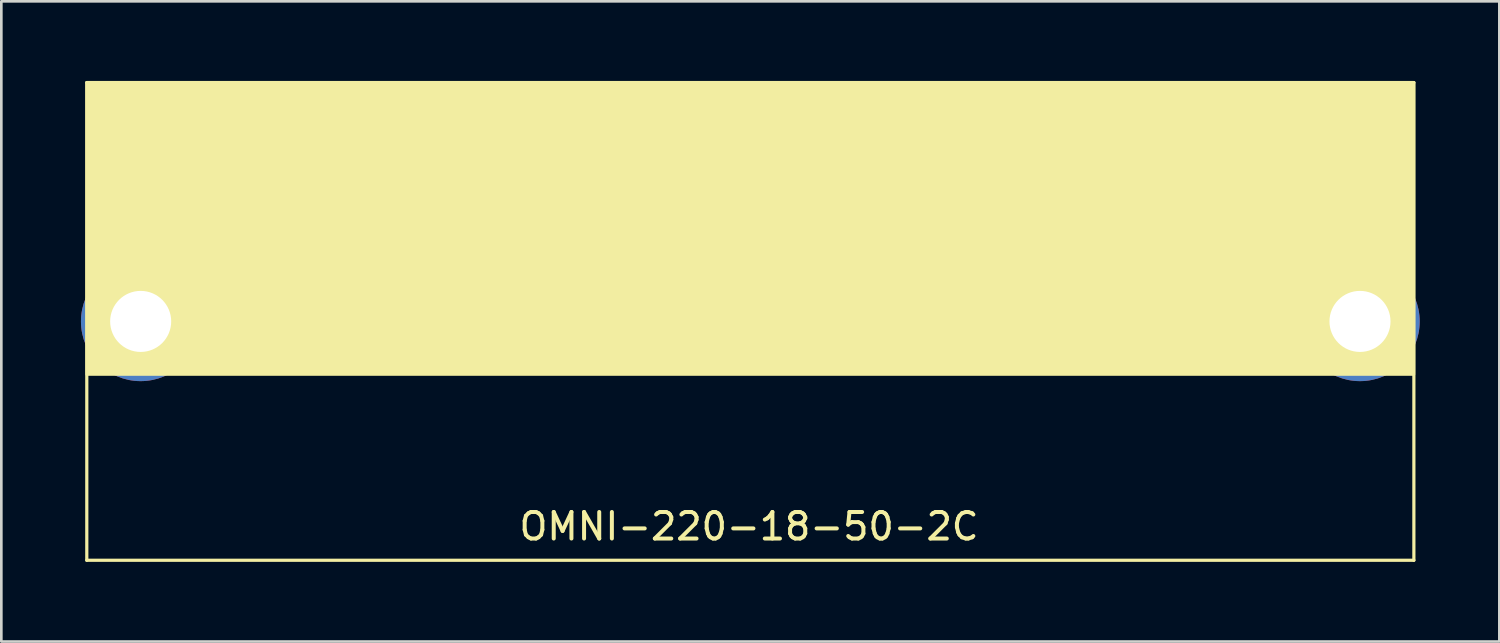
<source format=kicad_pcb>
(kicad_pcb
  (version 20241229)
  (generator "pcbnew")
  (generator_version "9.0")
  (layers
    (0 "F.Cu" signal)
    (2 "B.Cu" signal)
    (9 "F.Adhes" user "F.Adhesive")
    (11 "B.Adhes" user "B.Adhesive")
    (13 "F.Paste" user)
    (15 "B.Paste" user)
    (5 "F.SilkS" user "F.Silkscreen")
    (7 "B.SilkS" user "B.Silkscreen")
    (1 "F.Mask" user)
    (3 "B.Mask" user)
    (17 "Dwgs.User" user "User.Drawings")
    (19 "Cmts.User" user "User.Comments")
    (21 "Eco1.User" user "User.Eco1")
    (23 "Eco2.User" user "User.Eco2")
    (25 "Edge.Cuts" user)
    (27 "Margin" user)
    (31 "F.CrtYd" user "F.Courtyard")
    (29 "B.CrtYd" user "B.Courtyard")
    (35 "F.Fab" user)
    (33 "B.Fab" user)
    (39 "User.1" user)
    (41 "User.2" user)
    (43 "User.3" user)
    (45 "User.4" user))
  (footprint "OMNI-220-18-50-2C"
    (layer "F.Cu")
    (at 25.22 9.06)
    (property "Reference" "OMNI-220-18-50-2C" (at -0.05 7.725 0) (unlocked yes) (layer "F.SilkS") (effects (font (size 1 1) (thickness 0.15))))
    (attr through_hole)
    (fp_line (start -25 -9) (end 25 -9) (stroke (width 0.12) (type solid)) (layer "F.SilkS"))
    (fp_line (start -25 9) (end -25 -9) (stroke (width 0.12) (type solid)) (layer "F.SilkS"))
    (fp_line (start 25 -9) (end 25 9) (stroke (width 0.12) (type solid)) (layer "F.SilkS"))
    (fp_line (start 25 9) (end -25 9) (stroke (width 0.12) (type solid)) (layer "F.SilkS"))
    (fp_poly (pts (xy -25 -9) (xy 25 -9) (xy 25 2) (xy -25 2)) (stroke (width 0.1) (type solid)) (fill yes) (layer "F.SilkS"))
    (pad "1" thru_hole circle (at -22.97 0) (size 4.5 4.5) (drill 2.3) (layers "*.Cu" "*.Mask"))
    (pad "1" thru_hole circle (at 22.97 0) (size 4.5 4.5) (drill 2.3) (layers "*.Cu" "*.Mask")))
  (gr_rect
    (start -3 -3)
    (end 53.44 21.12)
    (stroke (width 0.1) (type default))
    (fill no)
    (layer "Edge.Cuts")))
</source>
